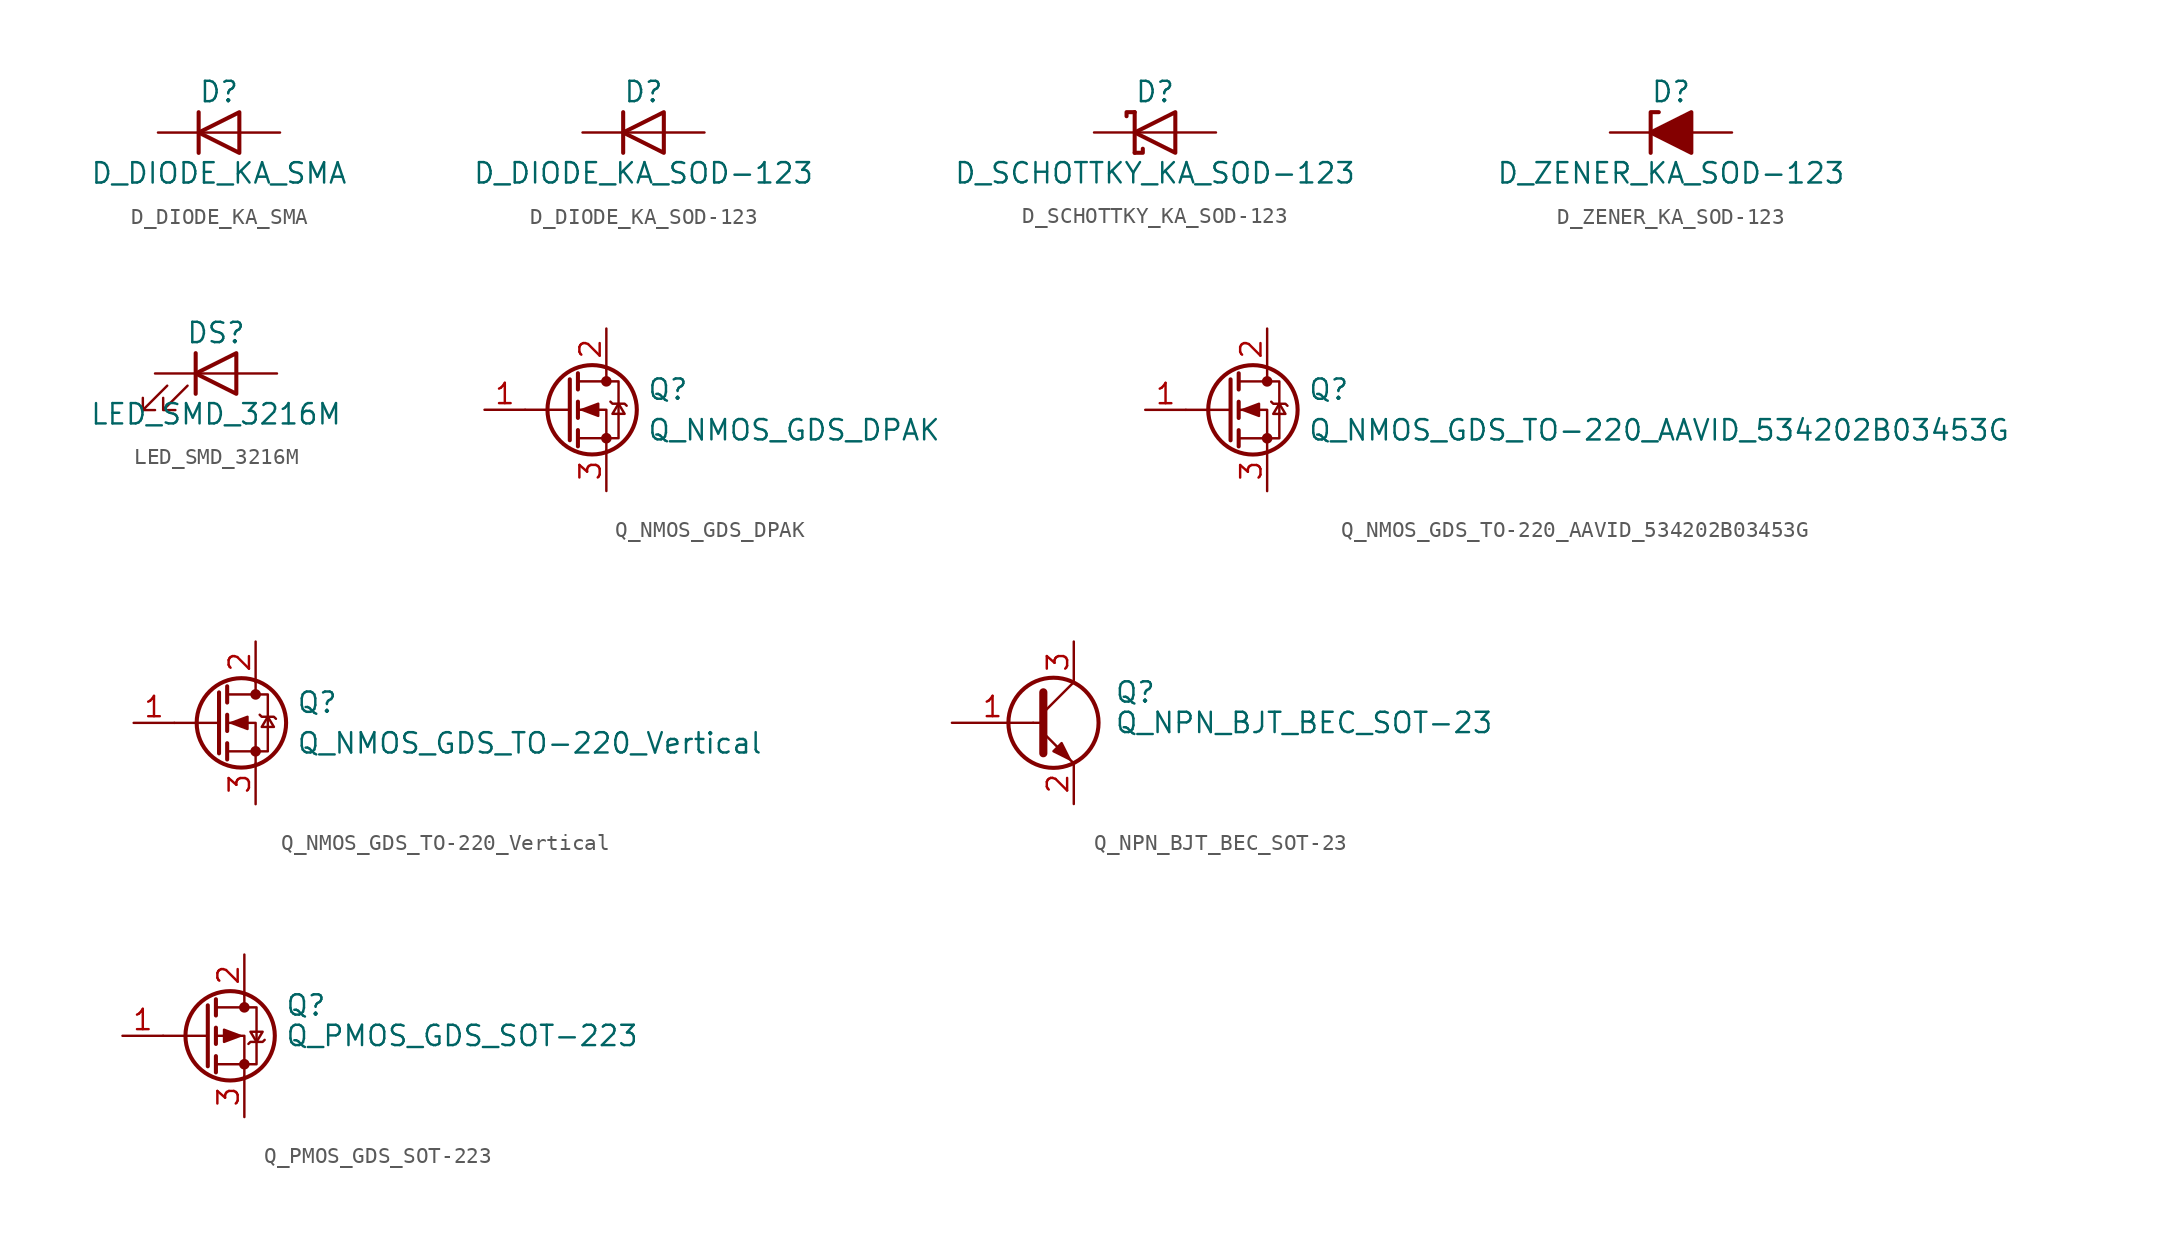
<source format=kicad_sym>
(kicad_symbol_lib
  (version 20241209)
  (generator "kicad_symbol_editor")
  (generator_version "9.0")
  (symbol "D_DIODE_KA_SMA"
    (pin_numbers
      (hide yes))
    (pin_names
      (offset 1.016)
      (hide yes))
    (property "Reference" "D"
      (at 0 2.54 0)
      (effects (font (size 1.27 1.27))))
    (property "Value" "D_DIODE_KA_SMA"
      (at 0 -2.54 0)
      (effects (font (size 1.27 1.27))))
    (symbol "D_DIODE_KA_SMA_0_1"
      (polyline (pts (xy -1.27 1.27) (xy -1.27 -1.27)) (stroke (width 0.254) (type default)) (fill (type none)))
      (polyline (pts (xy 1.27 1.27) (xy 1.27 -1.27) (xy -1.27 0) (xy 1.27 1.27)) (stroke (width 0.254) (type default)) (fill (type none)))
      (polyline (pts (xy 1.27 0) (xy -1.27 0)) (stroke (width 0) (type default)) (fill (type none))))
    (symbol "D_DIODE_KA_SMA_1_1"
      (pin passive line (at -3.81 0 0) (length 2.54) (name "K" (effects (font (size 1.27 1.27)))) (number "1" (effects (font (size 1.27 1.27)))))
      (pin passive line (at 3.81 0 180) (length 2.54) (name "A" (effects (font (size 1.27 1.27)))) (number "2" (effects (font (size 1.27 1.27)))))))
  (symbol "D_DIODE_KA_SOD-123"
    (pin_numbers
      (hide yes))
    (pin_names
      (offset 1.016)
      (hide yes))
    (property "Reference" "D"
      (at 0 2.54 0)
      (effects (font (size 1.27 1.27))))
    (property "Value" "D_DIODE_KA_SOD-123"
      (at 0 -2.54 0)
      (effects (font (size 1.27 1.27))))
    (symbol "D_DIODE_KA_SOD-123_0_1"
      (polyline (pts (xy -1.27 1.27) (xy -1.27 -1.27)) (stroke (width 0.254) (type default)) (fill (type none)))
      (polyline (pts (xy 1.27 1.27) (xy 1.27 -1.27) (xy -1.27 0) (xy 1.27 1.27)) (stroke (width 0.254) (type default)) (fill (type none)))
      (polyline (pts (xy 1.27 0) (xy -1.27 0)) (stroke (width 0) (type default)) (fill (type none))))
    (symbol "D_DIODE_KA_SOD-123_1_1"
      (pin passive line (at -3.81 0 0) (length 2.54) (name "K" (effects (font (size 1.27 1.27)))) (number "1" (effects (font (size 1.27 1.27)))))
      (pin passive line (at 3.81 0 180) (length 2.54) (name "A" (effects (font (size 1.27 1.27)))) (number "2" (effects (font (size 1.27 1.27)))))))
  (symbol "D_SCHOTTKY_KA_SOD-123"
    (pin_numbers
      (hide yes))
    (pin_names
      (offset 1.016)
      (hide yes))
    (property "Reference" "D"
      (at 0 2.54 0)
      (effects (font (size 1.27 1.27))))
    (property "Value" "D_SCHOTTKY_KA_SOD-123"
      (at 0 -2.54 0)
      (effects (font (size 1.27 1.27))))
    (symbol "D_SCHOTTKY_KA_SOD-123_0_1"
      (polyline (pts (xy -1.27 1.27) (xy -1.27 -1.27)) (stroke (width 0.254) (type default)) (fill (type none)))
      (polyline (pts (xy -1.27 1.27) (xy -1.778 1.27) (xy -1.778 1.016)) (stroke (width 0.254) (type default)) (fill (type none)))
      (polyline (pts (xy -1.27 -1.27) (xy -0.762 -1.27) (xy -0.762 -1.016)) (stroke (width 0.254) (type default)) (fill (type none)))
      (polyline (pts (xy 1.27 1.27) (xy 1.27 -1.27) (xy -1.27 0) (xy 1.27 1.27)) (stroke (width 0.254) (type default)) (fill (type none)))
      (polyline (pts (xy 1.27 0) (xy -1.27 0)) (stroke (width 0) (type default)) (fill (type none))))
    (symbol "D_SCHOTTKY_KA_SOD-123_1_1"
      (pin passive line (at -3.81 0 0) (length 2.54) (name "K" (effects (font (size 1.27 1.27)))) (number "1" (effects (font (size 1.27 1.27)))))
      (pin passive line (at 3.81 0 180) (length 2.54) (name "A" (effects (font (size 1.27 1.27)))) (number "2" (effects (font (size 1.27 1.27)))))))
  (symbol "D_ZENER_KA_SOD-123"
    (pin_numbers
      (hide yes))
    (pin_names
      (offset 1.016)
      (hide yes))
    (property "Reference" "D"
      (at 0 2.54 0)
      (effects (font (size 1.27 1.27))))
    (property "Value" "D_ZENER_KA_SOD-123"
      (at 0 -2.54 0)
      (effects (font (size 1.27 1.27))))
    (symbol "D_ZENER_KA_SOD-123_0_1"
      (polyline (pts (xy -1.27 -1.27) (xy -1.27 1.27) (xy -0.762 1.27)) (stroke (width 0.254) (type default)) (fill (type none)))
      (polyline (pts (xy 1.27 0) (xy -1.27 0)) (stroke (width 0) (type default)) (fill (type none)))
      (polyline (pts (xy 1.27 -1.27) (xy 1.27 1.27) (xy -1.27 0) (xy 1.27 -1.27)) (stroke (width 0.254) (type default)) (fill (type outline))))
    (symbol "D_ZENER_KA_SOD-123_1_1"
      (pin passive line (at -3.81 0 0) (length 2.54) (name "K" (effects (font (size 1.27 1.27)))) (number "1" (effects (font (size 1.27 1.27)))))
      (pin passive line (at 3.81 0 180) (length 2.54) (name "A" (effects (font (size 1.27 1.27)))) (number "2" (effects (font (size 1.27 1.27)))))))
  (symbol "LED_SMD_3216M"
    (pin_numbers
      (hide yes))
    (pin_names
      (offset 1.016)
      (hide yes))
    (property "Reference" "DS"
      (at 0 2.54 0)
      (effects (font (size 1.27 1.27))))
    (property "Value" "LED_SMD_3216M"
      (at 0 -2.54 0)
      (effects (font (size 1.27 1.27))))
    (symbol "LED_SMD_3216M_0_1"
      (polyline (pts (xy -3.048 -0.762) (xy -4.572 -2.286) (xy -3.81 -2.286) (xy -4.572 -2.286) (xy -4.572 -1.524)) (stroke (width 0) (type default)) (fill (type none)))
      (polyline (pts (xy -1.778 -0.762) (xy -3.302 -2.286) (xy -2.54 -2.286) (xy -3.302 -2.286) (xy -3.302 -1.524)) (stroke (width 0) (type default)) (fill (type none)))
      (polyline (pts (xy -1.27 0) (xy 1.27 0)) (stroke (width 0) (type default)) (fill (type none)))
      (polyline (pts (xy -1.27 -1.27) (xy -1.27 1.27)) (stroke (width 0.254) (type default)) (fill (type none)))
      (polyline (pts (xy 1.27 -1.27) (xy 1.27 1.27) (xy -1.27 0) (xy 1.27 -1.27)) (stroke (width 0.254) (type default)) (fill (type none))))
    (symbol "LED_SMD_3216M_1_1"
      (pin passive line (at -3.81 0 0) (length 2.54) (name "K" (effects (font (size 1.27 1.27)))) (number "1" (effects (font (size 1.27 1.27)))))
      (pin passive line (at 3.81 0 180) (length 2.54) (name "A" (effects (font (size 1.27 1.27)))) (number "2" (effects (font (size 1.27 1.27)))))))
  (symbol "Q_NMOS_GDS_DPAK"
    (pin_names
      (offset 0)
      (hide yes))
    (property "Reference" "Q"
      (at 5.08 1.27 0)
      (effects (font (size 1.27 1.27)) (justify left)))
    (property "Value" "Q_NMOS_GDS_DPAK"
      (at 5.08 -1.27 0)
      (effects (font (size 1.27 1.27)) (justify left)))
    (symbol "Q_NMOS_GDS_DPAK_0_1"
      (polyline (pts (xy 0.254 1.905) (xy 0.254 -1.905)) (stroke (width 0.254) (type default)) (fill (type none)))
      (polyline (pts (xy 0.254 0) (xy -2.54 0)) (stroke (width 0) (type default)) (fill (type none)))
      (polyline (pts (xy 0.762 2.286) (xy 0.762 1.27)) (stroke (width 0.254) (type default)) (fill (type none)))
      (polyline (pts (xy 0.762 0.508) (xy 0.762 -0.508)) (stroke (width 0.254) (type default)) (fill (type none)))
      (polyline (pts (xy 0.762 -1.27) (xy 0.762 -2.286)) (stroke (width 0.254) (type default)) (fill (type none)))
      (polyline (pts (xy 0.762 -1.778) (xy 3.302 -1.778) (xy 3.302 1.778) (xy 0.762 1.778)) (stroke (width 0) (type default)) (fill (type none)))
      (polyline (pts (xy 1.016 0) (xy 2.032 0.381) (xy 2.032 -0.381) (xy 1.016 0)) (stroke (width 0) (type default)) (fill (type outline)))
      (circle (center 1.651 0) (radius 2.794) (stroke (width 0.254) (type default)) (fill (type none)))
      (polyline (pts (xy 2.54 2.54) (xy 2.54 1.778)) (stroke (width 0) (type default)) (fill (type none)))
      (circle (center 2.54 1.778) (radius 0.254) (stroke (width 0) (type default)) (fill (type outline)))
      (circle (center 2.54 -1.778) (radius 0.254) (stroke (width 0) (type default)) (fill (type outline)))
      (polyline (pts (xy 2.54 -2.54) (xy 2.54 0) (xy 0.762 0)) (stroke (width 0) (type default)) (fill (type none)))
      (polyline (pts (xy 2.794 0.508) (xy 2.921 0.381) (xy 3.683 0.381) (xy 3.81 0.254)) (stroke (width 0) (type default)) (fill (type none)))
      (polyline (pts (xy 3.302 0.381) (xy 2.921 -0.254) (xy 3.683 -0.254) (xy 3.302 0.381)) (stroke (width 0) (type default)) (fill (type none))))
    (symbol "Q_NMOS_GDS_DPAK_1_1"
      (pin input line (at -5.08 0 0) (length 2.54) (name "G" (effects (font (size 1.27 1.27)))) (number "1" (effects (font (size 1.27 1.27)))))
      (pin passive line (at 2.54 5.08 270) (length 2.54) (name "D" (effects (font (size 1.27 1.27)))) (number "2" (effects (font (size 1.27 1.27)))))
      (pin passive line (at 2.54 -5.08 90) (length 2.54) (name "S" (effects (font (size 1.27 1.27)))) (number "3" (effects (font (size 1.27 1.27)))))))
  (symbol "Q_NMOS_GDS_TO-220_AAVID_534202B03453G"
    (pin_names
      (offset 0)
      (hide yes))
    (property "Reference" "Q"
      (at 5.08 1.27 0)
      (effects (font (size 1.27 1.27)) (justify left)))
    (property "Value" "Q_NMOS_GDS_TO-220_AAVID_534202B03453G"
      (at 5.08 -1.27 0)
      (effects (font (size 1.27 1.27)) (justify left)))
    (symbol "Q_NMOS_GDS_TO-220_AAVID_534202B03453G_0_1"
      (polyline (pts (xy 0.254 1.905) (xy 0.254 -1.905)) (stroke (width 0.254) (type default)) (fill (type none)))
      (polyline (pts (xy 0.254 0) (xy -2.54 0)) (stroke (width 0) (type default)) (fill (type none)))
      (polyline (pts (xy 0.762 2.286) (xy 0.762 1.27)) (stroke (width 0.254) (type default)) (fill (type none)))
      (polyline (pts (xy 0.762 0.508) (xy 0.762 -0.508)) (stroke (width 0.254) (type default)) (fill (type none)))
      (polyline (pts (xy 0.762 -1.27) (xy 0.762 -2.286)) (stroke (width 0.254) (type default)) (fill (type none)))
      (polyline (pts (xy 0.762 -1.778) (xy 3.302 -1.778) (xy 3.302 1.778) (xy 0.762 1.778)) (stroke (width 0) (type default)) (fill (type none)))
      (polyline (pts (xy 1.016 0) (xy 2.032 0.381) (xy 2.032 -0.381) (xy 1.016 0)) (stroke (width 0) (type default)) (fill (type outline)))
      (circle (center 1.651 0) (radius 2.794) (stroke (width 0.254) (type default)) (fill (type none)))
      (polyline (pts (xy 2.54 2.54) (xy 2.54 1.778)) (stroke (width 0) (type default)) (fill (type none)))
      (circle (center 2.54 1.778) (radius 0.254) (stroke (width 0) (type default)) (fill (type outline)))
      (circle (center 2.54 -1.778) (radius 0.254) (stroke (width 0) (type default)) (fill (type outline)))
      (polyline (pts (xy 2.54 -2.54) (xy 2.54 0) (xy 0.762 0)) (stroke (width 0) (type default)) (fill (type none)))
      (polyline (pts (xy 2.794 0.508) (xy 2.921 0.381) (xy 3.683 0.381) (xy 3.81 0.254)) (stroke (width 0) (type default)) (fill (type none)))
      (polyline (pts (xy 3.302 0.381) (xy 2.921 -0.254) (xy 3.683 -0.254) (xy 3.302 0.381)) (stroke (width 0) (type default)) (fill (type none))))
    (symbol "Q_NMOS_GDS_TO-220_AAVID_534202B03453G_1_1"
      (pin input line (at -5.08 0 0) (length 2.54) (name "G" (effects (font (size 1.27 1.27)))) (number "1" (effects (font (size 1.27 1.27)))))
      (pin passive line (at 2.54 5.08 270) (length 2.54) (name "D" (effects (font (size 1.27 1.27)))) (number "2" (effects (font (size 1.27 1.27)))))
      (pin passive line (at 2.54 -5.08 90) (length 2.54) (name "S" (effects (font (size 1.27 1.27)))) (number "3" (effects (font (size 1.27 1.27)))))))
  (symbol "Q_NMOS_GDS_TO-220_Vertical"
    (pin_names
      (offset 0)
      (hide yes))
    (property "Reference" "Q"
      (at 5.08 1.27 0)
      (effects (font (size 1.27 1.27)) (justify left)))
    (property "Value" "Q_NMOS_GDS_TO-220_Vertical"
      (at 5.08 -1.27 0)
      (effects (font (size 1.27 1.27)) (justify left)))
    (symbol "Q_NMOS_GDS_TO-220_Vertical_0_1"
      (polyline (pts (xy 0.254 1.905) (xy 0.254 -1.905)) (stroke (width 0.254) (type default)) (fill (type none)))
      (polyline (pts (xy 0.254 0) (xy -2.54 0)) (stroke (width 0) (type default)) (fill (type none)))
      (polyline (pts (xy 0.762 2.286) (xy 0.762 1.27)) (stroke (width 0.254) (type default)) (fill (type none)))
      (polyline (pts (xy 0.762 0.508) (xy 0.762 -0.508)) (stroke (width 0.254) (type default)) (fill (type none)))
      (polyline (pts (xy 0.762 -1.27) (xy 0.762 -2.286)) (stroke (width 0.254) (type default)) (fill (type none)))
      (polyline (pts (xy 0.762 -1.778) (xy 3.302 -1.778) (xy 3.302 1.778) (xy 0.762 1.778)) (stroke (width 0) (type default)) (fill (type none)))
      (polyline (pts (xy 1.016 0) (xy 2.032 0.381) (xy 2.032 -0.381) (xy 1.016 0)) (stroke (width 0) (type default)) (fill (type outline)))
      (circle (center 1.651 0) (radius 2.794) (stroke (width 0.254) (type default)) (fill (type none)))
      (polyline (pts (xy 2.54 2.54) (xy 2.54 1.778)) (stroke (width 0) (type default)) (fill (type none)))
      (circle (center 2.54 1.778) (radius 0.254) (stroke (width 0) (type default)) (fill (type outline)))
      (circle (center 2.54 -1.778) (radius 0.254) (stroke (width 0) (type default)) (fill (type outline)))
      (polyline (pts (xy 2.54 -2.54) (xy 2.54 0) (xy 0.762 0)) (stroke (width 0) (type default)) (fill (type none)))
      (polyline (pts (xy 2.794 0.508) (xy 2.921 0.381) (xy 3.683 0.381) (xy 3.81 0.254)) (stroke (width 0) (type default)) (fill (type none)))
      (polyline (pts (xy 3.302 0.381) (xy 2.921 -0.254) (xy 3.683 -0.254) (xy 3.302 0.381)) (stroke (width 0) (type default)) (fill (type none))))
    (symbol "Q_NMOS_GDS_TO-220_Vertical_1_1"
      (pin input line (at -5.08 0 0) (length 2.54) (name "G" (effects (font (size 1.27 1.27)))) (number "1" (effects (font (size 1.27 1.27)))))
      (pin passive line (at 2.54 5.08 270) (length 2.54) (name "D" (effects (font (size 1.27 1.27)))) (number "2" (effects (font (size 1.27 1.27)))))
      (pin passive line (at 2.54 -5.08 90) (length 2.54) (name "S" (effects (font (size 1.27 1.27)))) (number "3" (effects (font (size 1.27 1.27)))))))
  (symbol "Q_NPN_BJT_BEC_SOT-23"
    (pin_names
      (offset 0)
      (hide yes))
    (property "Reference" "Q"
      (at 5.08 1.905 0)
      (effects (font (size 1.27 1.27)) (justify left)))
    (property "Value" "Q_NPN_BJT_BEC_SOT-23"
      (at 5.08 0 0)
      (effects (font (size 1.27 1.27)) (justify left)))
    (symbol "Q_NPN_BJT_BEC_SOT-23_0_1"
      (polyline (pts (xy 0 0) (xy 0.635 0)) (stroke (width 0) (type default)) (fill (type none)))
      (polyline (pts (xy 0.635 1.905) (xy 0.635 -1.905) (xy 0.635 -1.905)) (stroke (width 0.508) (type default)) (fill (type none)))
      (polyline (pts (xy 0.635 0.635) (xy 2.54 2.54)) (stroke (width 0) (type default)) (fill (type none)))
      (polyline (pts (xy 0.635 -0.635) (xy 2.54 -2.54) (xy 2.54 -2.54)) (stroke (width 0) (type default)) (fill (type none)))
      (circle (center 1.27 0) (radius 2.819) (stroke (width 0.254) (type default)) (fill (type none)))
      (polyline (pts (xy 1.27 -1.778) (xy 1.778 -1.27) (xy 2.286 -2.286) (xy 1.27 -1.778) (xy 1.27 -1.778)) (stroke (width 0) (type default)) (fill (type outline))))
    (symbol "Q_NPN_BJT_BEC_SOT-23_1_1"
      (pin input line (at -5.08 0 0) (length 5.08) (name "B" (effects (font (size 1.27 1.27)))) (number "1" (effects (font (size 1.27 1.27)))))
      (pin passive line (at 2.54 5.08 270) (length 2.54) (name "C" (effects (font (size 1.27 1.27)))) (number "3" (effects (font (size 1.27 1.27)))))
      (pin passive line (at 2.54 -5.08 90) (length 2.54) (name "E" (effects (font (size 1.27 1.27)))) (number "2" (effects (font (size 1.27 1.27)))))))
  (symbol "Q_PMOS_GDS_SOT-223"
    (pin_names
      (hide yes))
    (property "Reference" "Q"
      (at 5.08 1.905 0)
      (effects (font (size 1.27 1.27)) (justify left)))
    (property "Value" "Q_PMOS_GDS_SOT-223"
      (at 5.08 0 0)
      (effects (font (size 1.27 1.27)) (justify left)))
    (symbol "Q_PMOS_GDS_SOT-223_0_1"
      (polyline (pts (xy 0.254 1.905) (xy 0.254 -1.905)) (stroke (width 0.254) (type default)) (fill (type none)))
      (polyline (pts (xy 0.254 0) (xy -2.54 0)) (stroke (width 0) (type default)) (fill (type none)))
      (polyline (pts (xy 0.762 2.286) (xy 0.762 1.27)) (stroke (width 0.254) (type default)) (fill (type none)))
      (polyline (pts (xy 0.762 1.778) (xy 3.302 1.778) (xy 3.302 -1.778) (xy 0.762 -1.778)) (stroke (width 0) (type default)) (fill (type none)))
      (polyline (pts (xy 0.762 0.508) (xy 0.762 -0.508)) (stroke (width 0.254) (type default)) (fill (type none)))
      (polyline (pts (xy 0.762 -1.27) (xy 0.762 -2.286)) (stroke (width 0.254) (type default)) (fill (type none)))
      (circle (center 1.651 0) (radius 2.794) (stroke (width 0.254) (type default)) (fill (type none)))
      (polyline (pts (xy 2.286 0) (xy 1.27 0.381) (xy 1.27 -0.381) (xy 2.286 0)) (stroke (width 0) (type default)) (fill (type outline)))
      (polyline (pts (xy 2.54 2.54) (xy 2.54 1.778)) (stroke (width 0) (type default)) (fill (type none)))
      (circle (center 2.54 1.778) (radius 0.254) (stroke (width 0) (type default)) (fill (type outline)))
      (circle (center 2.54 -1.778) (radius 0.254) (stroke (width 0) (type default)) (fill (type outline)))
      (polyline (pts (xy 2.54 -2.54) (xy 2.54 0) (xy 0.762 0)) (stroke (width 0) (type default)) (fill (type none)))
      (polyline (pts (xy 2.794 -0.508) (xy 2.921 -0.381) (xy 3.683 -0.381) (xy 3.81 -0.254)) (stroke (width 0) (type default)) (fill (type none)))
      (polyline (pts (xy 3.302 -0.381) (xy 2.921 0.254) (xy 3.683 0.254) (xy 3.302 -0.381)) (stroke (width 0) (type default)) (fill (type none))))
    (symbol "Q_PMOS_GDS_SOT-223_1_1"
      (pin input line (at -5.08 0 0) (length 2.54) (name "G" (effects (font (size 1.27 1.27)))) (number "1" (effects (font (size 1.27 1.27)))))
      (pin passive line (at 2.54 5.08 270) (length 2.54) (name "D" (effects (font (size 1.27 1.27)))) (number "2" (effects (font (size 1.27 1.27)))))
      (pin passive line (at 2.54 -5.08 90) (length 2.54) (name "S" (effects (font (size 1.27 1.27)))) (number "3" (effects (font (size 1.27 1.27))))))))
</source>
